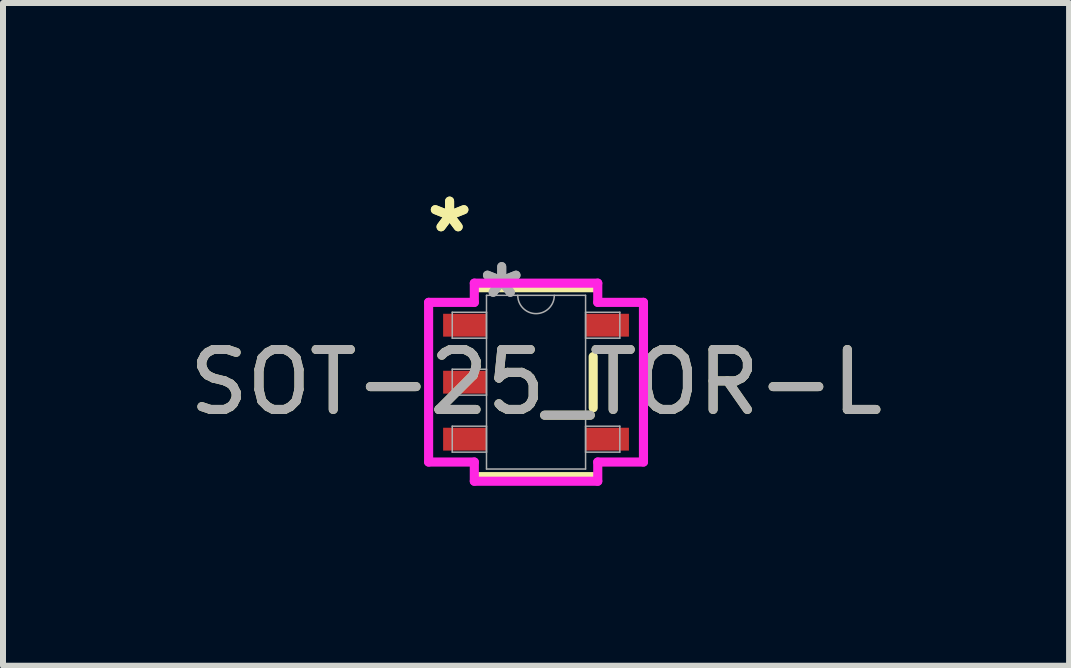
<source format=kicad_pcb>
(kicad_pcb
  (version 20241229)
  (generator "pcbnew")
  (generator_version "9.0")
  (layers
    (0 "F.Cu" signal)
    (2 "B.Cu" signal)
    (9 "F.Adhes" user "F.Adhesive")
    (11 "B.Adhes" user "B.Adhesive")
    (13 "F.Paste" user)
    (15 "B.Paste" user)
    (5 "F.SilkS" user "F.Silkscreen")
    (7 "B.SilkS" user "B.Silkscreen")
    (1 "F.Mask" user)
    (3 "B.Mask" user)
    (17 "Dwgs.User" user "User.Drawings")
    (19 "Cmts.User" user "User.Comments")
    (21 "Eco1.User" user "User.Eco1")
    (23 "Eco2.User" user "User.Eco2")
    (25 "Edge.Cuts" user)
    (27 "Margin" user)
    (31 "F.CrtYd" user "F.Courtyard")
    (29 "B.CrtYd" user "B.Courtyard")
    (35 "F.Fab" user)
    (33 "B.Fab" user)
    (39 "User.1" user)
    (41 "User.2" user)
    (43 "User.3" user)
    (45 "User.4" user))
  (footprint "SOT-25_TOR-L"
    (layer "F.Cu")
    (at 5.887 3.322)
    (property "Reference" "SOT-25_TOR-L" (at 0 0 0) (unlocked yes) (layer "F.SilkS") (effects (font (size 1 1) (thickness 0.15))))
    (attr smd)
    (fp_line (start -0.953 1.575) (end 0.953 1.575) (stroke (width 0.152) (type solid)) (layer "F.SilkS"))
    (fp_line (start 0.953 -1.575) (end -0.953 -1.575) (stroke (width 0.152) (type solid)) (layer "F.SilkS"))
    (fp_line (start 0.953 0.427) (end 0.953 -0.427) (stroke (width 0.152) (type solid)) (layer "F.SilkS"))
    (fp_line (start -1.791 -1.331) (end -1.029 -1.331) (stroke (width 0.152) (type solid)) (layer "F.CrtYd"))
    (fp_line (start -1.791 1.331) (end -1.791 -1.331) (stroke (width 0.152) (type solid)) (layer "F.CrtYd"))
    (fp_line (start -1.029 -1.651) (end 1.029 -1.651) (stroke (width 0.152) (type solid)) (layer "F.CrtYd"))
    (fp_line (start -1.029 -1.331) (end -1.029 -1.651) (stroke (width 0.152) (type solid)) (layer "F.CrtYd"))
    (fp_line (start -1.029 1.331) (end -1.791 1.331) (stroke (width 0.152) (type solid)) (layer "F.CrtYd"))
    (fp_line (start -1.029 1.651) (end -1.029 1.331) (stroke (width 0.152) (type solid)) (layer "F.CrtYd"))
    (fp_line (start 1.029 -1.651) (end 1.029 -1.331) (stroke (width 0.152) (type solid)) (layer "F.CrtYd"))
    (fp_line (start 1.029 -1.331) (end 1.791 -1.331) (stroke (width 0.152) (type solid)) (layer "F.CrtYd"))
    (fp_line (start 1.029 1.331) (end 1.029 1.651) (stroke (width 0.152) (type solid)) (layer "F.CrtYd"))
    (fp_line (start 1.029 1.651) (end -1.029 1.651) (stroke (width 0.152) (type solid)) (layer "F.CrtYd"))
    (fp_line (start 1.791 -1.331) (end 1.791 1.331) (stroke (width 0.152) (type solid)) (layer "F.CrtYd"))
    (fp_line (start 1.791 1.331) (end 1.029 1.331) (stroke (width 0.152) (type solid)) (layer "F.CrtYd"))
    (fp_line (start -1.397 -1.166) (end -1.397 -0.734) (stroke (width 0.025) (type solid)) (layer "F.Fab"))
    (fp_line (start -1.397 -0.734) (end -0.826 -0.734) (stroke (width 0.025) (type solid)) (layer "F.Fab"))
    (fp_line (start -1.397 -0.216) (end -1.397 0.216) (stroke (width 0.025) (type solid)) (layer "F.Fab"))
    (fp_line (start -1.397 0.216) (end -0.826 0.216) (stroke (width 0.025) (type solid)) (layer "F.Fab"))
    (fp_line (start -1.397 0.734) (end -1.397 1.166) (stroke (width 0.025) (type solid)) (layer "F.Fab"))
    (fp_line (start -1.397 1.166) (end -0.826 1.166) (stroke (width 0.025) (type solid)) (layer "F.Fab"))
    (fp_line (start -0.826 -1.448) (end -0.826 1.448) (stroke (width 0.025) (type solid)) (layer "F.Fab"))
    (fp_line (start -0.826 -1.166) (end -1.397 -1.166) (stroke (width 0.025) (type solid)) (layer "F.Fab"))
    (fp_line (start -0.826 -0.734) (end -0.826 -1.166) (stroke (width 0.025) (type solid)) (layer "F.Fab"))
    (fp_line (start -0.826 -0.216) (end -1.397 -0.216) (stroke (width 0.025) (type solid)) (layer "F.Fab"))
    (fp_line (start -0.826 0.216) (end -0.826 -0.216) (stroke (width 0.025) (type solid)) (layer "F.Fab"))
    (fp_line (start -0.826 0.734) (end -1.397 0.734) (stroke (width 0.025) (type solid)) (layer "F.Fab"))
    (fp_line (start -0.826 1.166) (end -0.826 0.734) (stroke (width 0.025) (type solid)) (layer "F.Fab"))
    (fp_line (start -0.826 1.448) (end 0.826 1.448) (stroke (width 0.025) (type solid)) (layer "F.Fab"))
    (fp_line (start 0.826 -1.448) (end -0.826 -1.448) (stroke (width 0.025) (type solid)) (layer "F.Fab"))
    (fp_line (start 0.826 -1.166) (end 0.826 -0.734) (stroke (width 0.025) (type solid)) (layer "F.Fab"))
    (fp_line (start 0.826 -0.734) (end 1.397 -0.734) (stroke (width 0.025) (type solid)) (layer "F.Fab"))
    (fp_line (start 0.826 0.734) (end 0.826 1.166) (stroke (width 0.025) (type solid)) (layer "F.Fab"))
    (fp_line (start 0.826 1.166) (end 1.397 1.166) (stroke (width 0.025) (type solid)) (layer "F.Fab"))
    (fp_line (start 0.826 1.448) (end 0.826 -1.448) (stroke (width 0.025) (type solid)) (layer "F.Fab"))
    (fp_line (start 1.397 -1.166) (end 0.826 -1.166) (stroke (width 0.025) (type solid)) (layer "F.Fab"))
    (fp_line (start 1.397 -0.734) (end 1.397 -1.166) (stroke (width 0.025) (type solid)) (layer "F.Fab"))
    (fp_line (start 1.397 0.734) (end 0.826 0.734) (stroke (width 0.025) (type solid)) (layer "F.Fab"))
    (fp_line (start 1.397 1.166) (end 1.397 0.734) (stroke (width 0.025) (type solid)) (layer "F.Fab"))
    (fp_arc (start 0.3048 -1.4478) (mid 0 -1.143) (end -0.3048 -1.4478) (stroke (width 0.0254) (type solid)) (layer "F.Fab"))
    (fp_text user "*" (at -1.441 -2.474 0) (unlocked yes) (layer "F.SilkS") (effects (font (size 1 1) (thickness 0.15))))
    (fp_text user "*" (at -1.441 -2.474 0) (layer "F.SilkS") (effects (font (size 1 1) (thickness 0.15))))
    (fp_text user "*" (at -0.572 -1.382 0) (unlocked yes) (layer "F.Fab") (effects (font (size 1 1) (thickness 0.15))))
    (fp_text user "${REFERENCE}" (at 0 0 0) (unlocked yes) (layer "F.Fab") (effects (font (size 1 1) (thickness 0.15))))
    (fp_text user "*" (at -0.572 -1.382 0) (layer "F.Fab") (effects (font (size 1 1) (thickness 0.15))))
    (pad "1" smd rect (at -1.187 -0.95) (size 0.724 0.381) (layers "F.Cu" "F.Mask" "F.Paste"))
    (pad "2" smd rect (at -1.187 0) (size 0.724 0.381) (layers "F.Cu" "F.Mask" "F.Paste"))
    (pad "3" smd rect (at -1.187 0.95) (size 0.724 0.381) (layers "F.Cu" "F.Mask" "F.Paste"))
    (pad "4" smd rect (at 1.187 0.95) (size 0.724 0.381) (layers "F.Cu" "F.Mask" "F.Paste"))
    (pad "5" smd rect (at 1.187 -0.95) (size 0.724 0.381) (layers "F.Cu" "F.Mask" "F.Paste")))
  (gr_rect
    (start -3 -3)
    (end 14.774 8.049)
    (stroke (width 0.1) (type default))
    (fill no)
    (layer "Edge.Cuts")))
</source>
